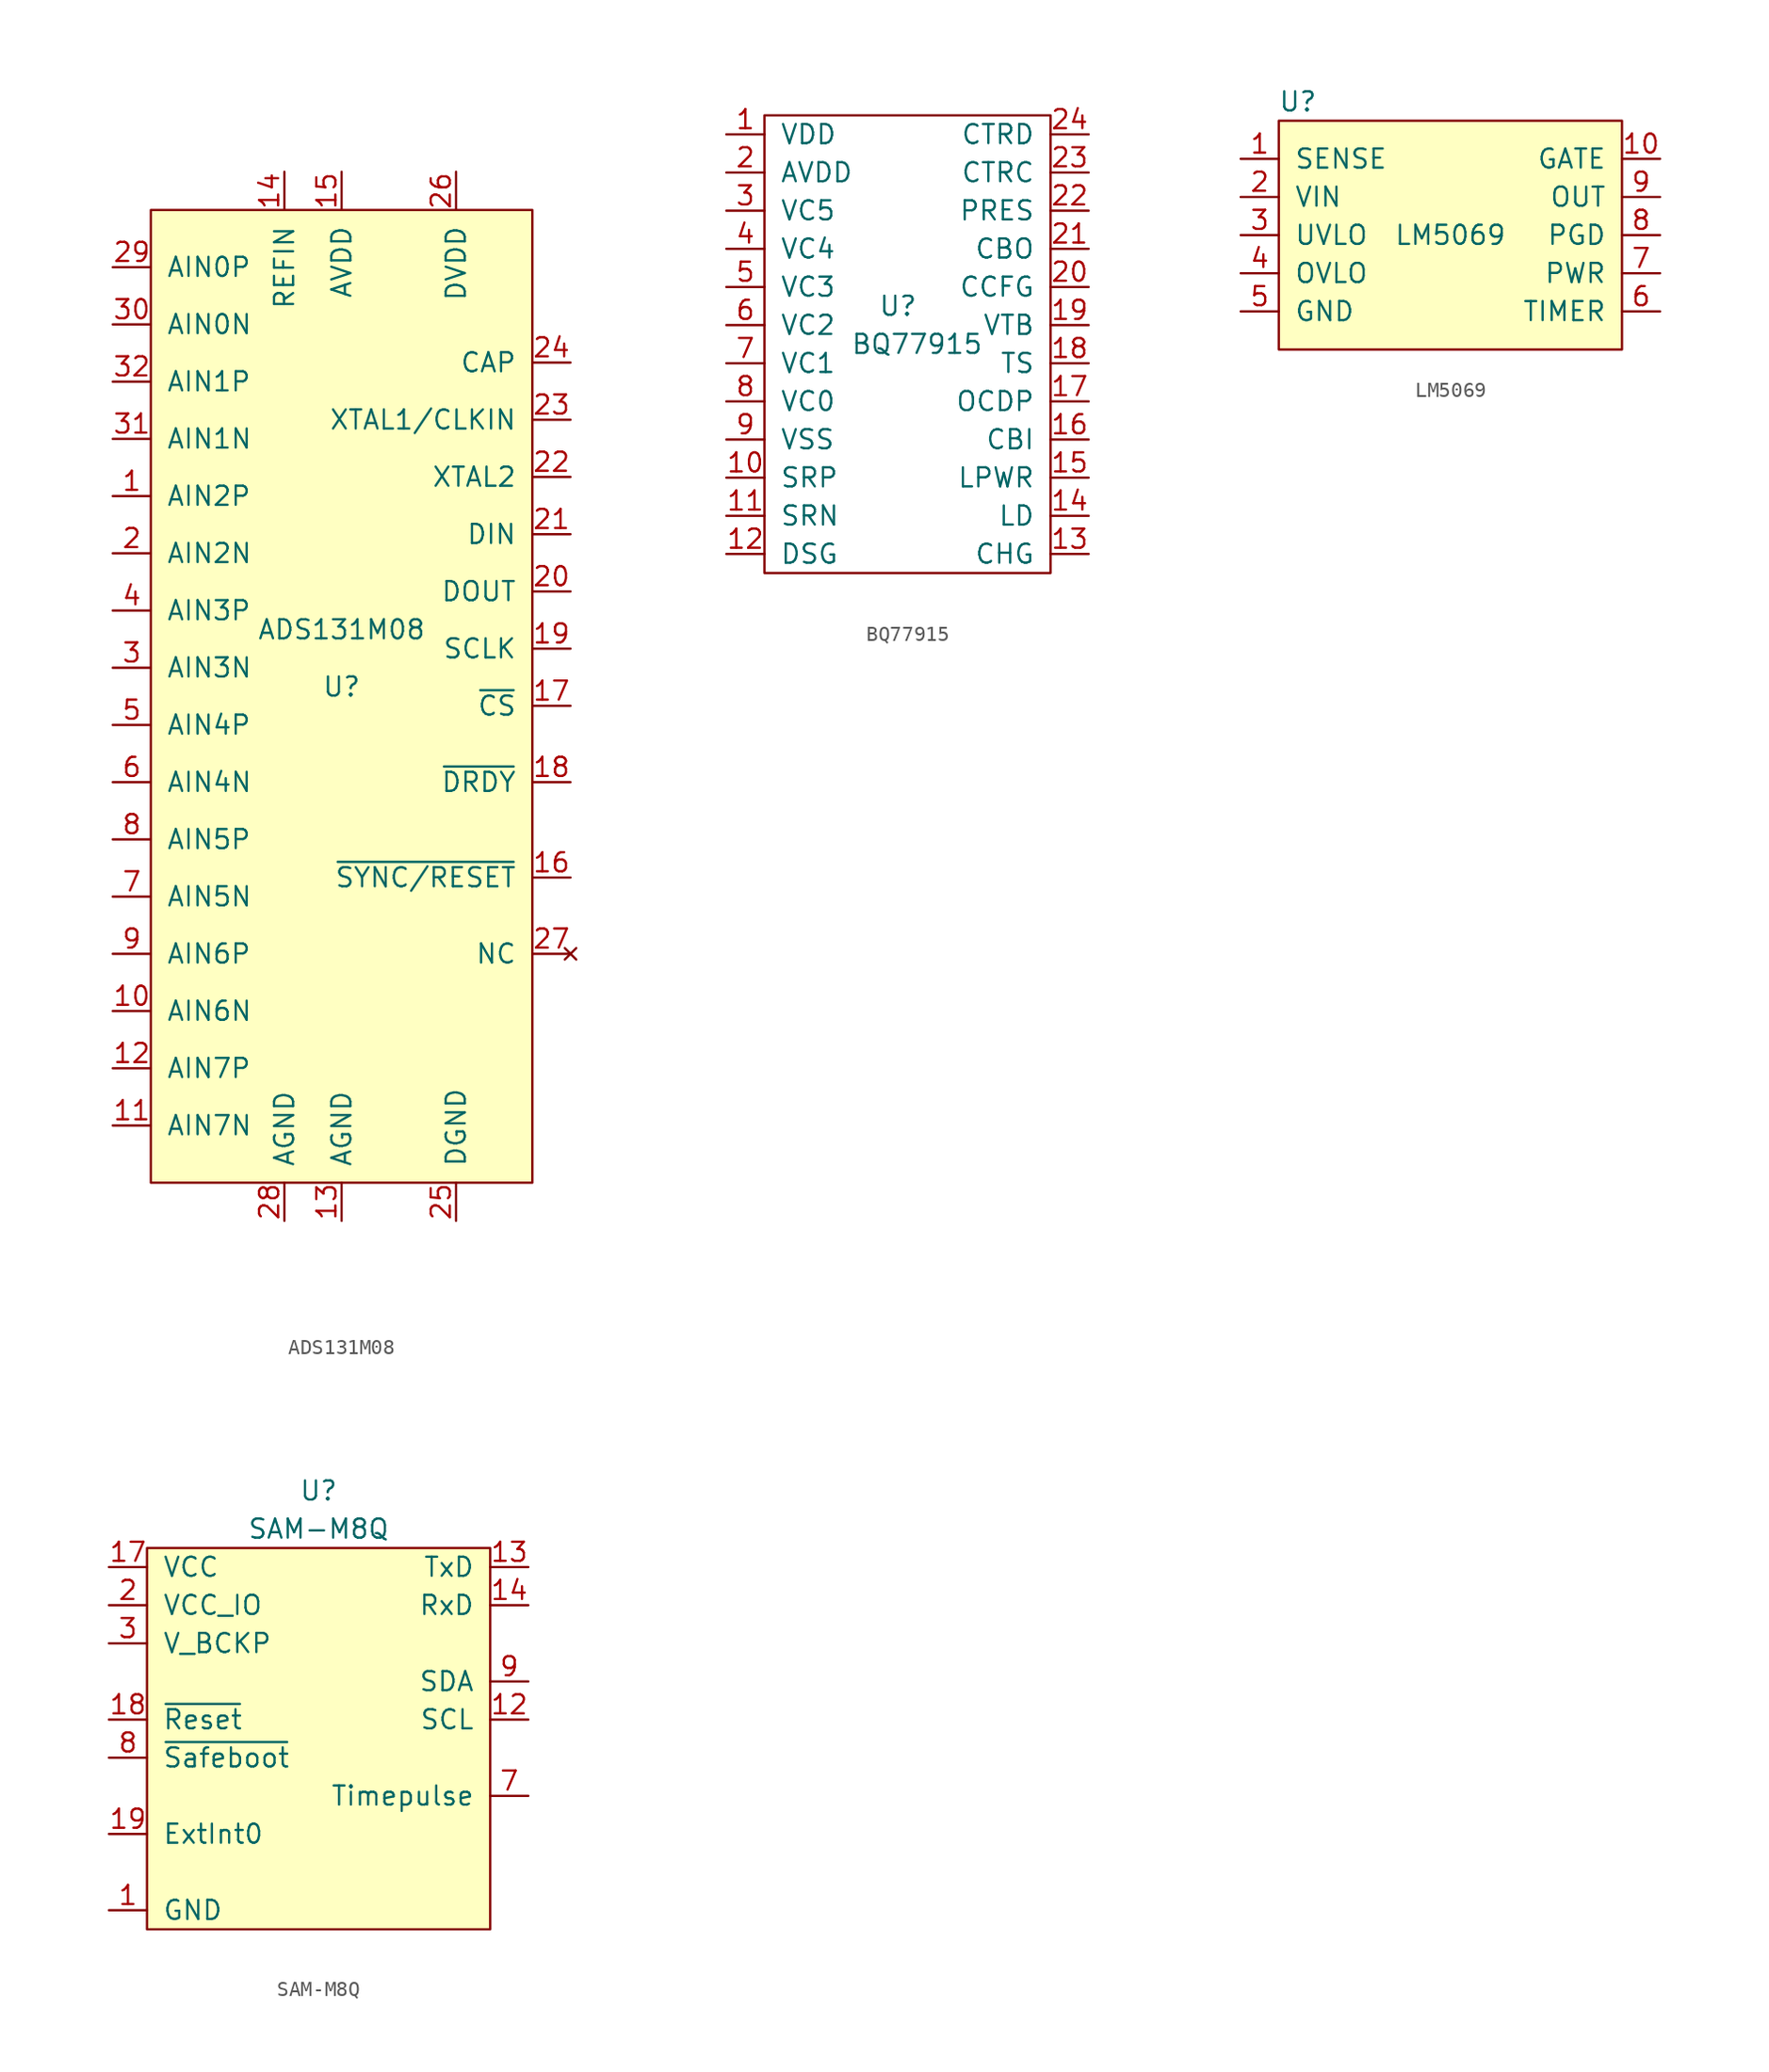
<source format=kicad_sym>
(kicad_symbol_lib
  (version 20220914)
  (generator kicad_symbol_editor)
  (symbol "ADS131M08"
    (pin_names
      (offset 1.016))
    (property "Reference" "U"
      (at 0 0 0)
      (effects (font (size 1.27 1.27))))
    (property "Value" "ADS131M08"
      (at 0 3.81 0)
      (effects (font (size 1.27 1.27))))
    (symbol "ADS131M08_0_1"
      (rectangle (start 12.7 31.75) (end -12.7 -33.02) (stroke (width 0) (type default)) (fill (type background))))
    (symbol "ADS131M08_1_1"
      (pin input line (at -15.24 12.7 0) (length 2.54) (name "AIN2P" (effects (font (size 1.27 1.27)))) (number "1" (effects (font (size 1.27 1.27)))))
      (pin input line (at -15.24 -21.59 0) (length 2.54) (name "AIN6N" (effects (font (size 1.27 1.27)))) (number "10" (effects (font (size 1.27 1.27)))))
      (pin input line (at -15.24 -29.21 0) (length 2.54) (name "AIN7N" (effects (font (size 1.27 1.27)))) (number "11" (effects (font (size 1.27 1.27)))))
      (pin input line (at -15.24 -25.4 0) (length 2.54) (name "AIN7P" (effects (font (size 1.27 1.27)))) (number "12" (effects (font (size 1.27 1.27)))))
      (pin power_in line (at 0 -35.56 90) (length 2.54) (name "AGND" (effects (font (size 1.27 1.27)))) (number "13" (effects (font (size 1.27 1.27)))))
      (pin input line (at -3.81 34.29 270) (length 2.54) (name "REFIN" (effects (font (size 1.27 1.27)))) (number "14" (effects (font (size 1.27 1.27)))))
      (pin power_in line (at 0 34.29 270) (length 2.54) (name "AVDD" (effects (font (size 1.27 1.27)))) (number "15" (effects (font (size 1.27 1.27)))))
      (pin input line (at 15.24 -12.7 180) (length 2.54) (name "~{SYNC/RESET}" (effects (font (size 1.27 1.27)))) (number "16" (effects (font (size 1.27 1.27)))))
      (pin input line (at 15.24 -1.27 180) (length 2.54) (name "~{CS}" (effects (font (size 1.27 1.27)))) (number "17" (effects (font (size 1.27 1.27)))))
      (pin open_collector line (at 15.24 -6.35 180) (length 2.54) (name "~{DRDY}" (effects (font (size 1.27 1.27)))) (number "18" (effects (font (size 1.27 1.27)))))
      (pin input line (at 15.24 2.54 180) (length 2.54) (name "SCLK" (effects (font (size 1.27 1.27)))) (number "19" (effects (font (size 1.27 1.27)))))
      (pin input line (at -15.24 8.89 0) (length 2.54) (name "AIN2N" (effects (font (size 1.27 1.27)))) (number "2" (effects (font (size 1.27 1.27)))))
      (pin output line (at 15.24 6.35 180) (length 2.54) (name "DOUT" (effects (font (size 1.27 1.27)))) (number "20" (effects (font (size 1.27 1.27)))))
      (pin input line (at 15.24 10.16 180) (length 2.54) (name "DIN" (effects (font (size 1.27 1.27)))) (number "21" (effects (font (size 1.27 1.27)))))
      (pin output line (at 15.24 13.97 180) (length 2.54) (name "XTAL2" (effects (font (size 1.27 1.27)))) (number "22" (effects (font (size 1.27 1.27)))))
      (pin input line (at 15.24 17.78 180) (length 2.54) (name "XTAL1/CLKIN" (effects (font (size 1.27 1.27)))) (number "23" (effects (font (size 1.27 1.27)))))
      (pin output line (at 15.24 21.59 180) (length 2.54) (name "CAP" (effects (font (size 1.27 1.27)))) (number "24" (effects (font (size 1.27 1.27)))))
      (pin power_in line (at 7.62 -35.56 90) (length 2.54) (name "DGND" (effects (font (size 1.27 1.27)))) (number "25" (effects (font (size 1.27 1.27)))))
      (pin power_in line (at 7.62 34.29 270) (length 2.54) (name "DVDD" (effects (font (size 1.27 1.27)))) (number "26" (effects (font (size 1.27 1.27)))))
      (pin no_connect line (at 15.24 -17.78 180) (length 2.54) (name "NC" (effects (font (size 1.27 1.27)))) (number "27" (effects (font (size 1.27 1.27)))))
      (pin power_in line (at -3.81 -35.56 90) (length 2.54) (name "AGND" (effects (font (size 1.27 1.27)))) (number "28" (effects (font (size 1.27 1.27)))))
      (pin input line (at -15.24 27.94 0) (length 2.54) (name "AIN0P" (effects (font (size 1.27 1.27)))) (number "29" (effects (font (size 1.27 1.27)))))
      (pin input line (at -15.24 1.27 0) (length 2.54) (name "AIN3N" (effects (font (size 1.27 1.27)))) (number "3" (effects (font (size 1.27 1.27)))))
      (pin input line (at -15.24 24.13 0) (length 2.54) (name "AIN0N" (effects (font (size 1.27 1.27)))) (number "30" (effects (font (size 1.27 1.27)))))
      (pin input line (at -15.24 16.51 0) (length 2.54) (name "AIN1N" (effects (font (size 1.27 1.27)))) (number "31" (effects (font (size 1.27 1.27)))))
      (pin input line (at -15.24 20.32 0) (length 2.54) (name "AIN1P" (effects (font (size 1.27 1.27)))) (number "32" (effects (font (size 1.27 1.27)))))
      (pin input line (at -15.24 5.08 0) (length 2.54) (name "AIN3P" (effects (font (size 1.27 1.27)))) (number "4" (effects (font (size 1.27 1.27)))))
      (pin input line (at -15.24 -2.54 0) (length 2.54) (name "AIN4P" (effects (font (size 1.27 1.27)))) (number "5" (effects (font (size 1.27 1.27)))))
      (pin input line (at -15.24 -6.35 0) (length 2.54) (name "AIN4N" (effects (font (size 1.27 1.27)))) (number "6" (effects (font (size 1.27 1.27)))))
      (pin input line (at -15.24 -13.97 0) (length 2.54) (name "AIN5N" (effects (font (size 1.27 1.27)))) (number "7" (effects (font (size 1.27 1.27)))))
      (pin input line (at -15.24 -10.16 0) (length 2.54) (name "AIN5P" (effects (font (size 1.27 1.27)))) (number "8" (effects (font (size 1.27 1.27)))))
      (pin input line (at -15.24 -17.78 0) (length 2.54) (name "AIN6P" (effects (font (size 1.27 1.27)))) (number "9" (effects (font (size 1.27 1.27)))))))
  (symbol "BQ77915"
    (pin_names
      (offset 1.016))
    (property "Reference" "U"
      (at 0 2.54 0)
      (effects (font (size 1.27 1.27))))
    (property "Value" "BQ77915"
      (at 1.27 0 0)
      (effects (font (size 1.27 1.27))))
    (symbol "BQ77915_0_1"
      (rectangle (start -8.89 15.24) (end 10.16 -15.24) (stroke (width 0) (type default)) (fill (type none))))
    (symbol "BQ77915_1_1"
      (pin power_in line (at -11.43 13.97 0) (length 2.54) (name "VDD" (effects (font (size 1.27 1.27)))) (number "1" (effects (font (size 1.27 1.27)))))
      (pin input line (at -11.43 -8.89 0) (length 2.54) (name "SRP" (effects (font (size 1.27 1.27)))) (number "10" (effects (font (size 1.27 1.27)))))
      (pin input line (at -11.43 -11.43 0) (length 2.54) (name "SRN" (effects (font (size 1.27 1.27)))) (number "11" (effects (font (size 1.27 1.27)))))
      (pin output line (at -11.43 -13.97 0) (length 2.54) (name "DSG" (effects (font (size 1.27 1.27)))) (number "12" (effects (font (size 1.27 1.27)))))
      (pin output line (at 12.7 -13.97 180) (length 2.54) (name "CHG" (effects (font (size 1.27 1.27)))) (number "13" (effects (font (size 1.27 1.27)))))
      (pin input line (at 12.7 -11.43 180) (length 2.54) (name "LD" (effects (font (size 1.27 1.27)))) (number "14" (effects (font (size 1.27 1.27)))))
      (pin output line (at 12.7 -8.89 180) (length 2.54) (name "LPWR" (effects (font (size 1.27 1.27)))) (number "15" (effects (font (size 1.27 1.27)))))
      (pin input line (at 12.7 -6.35 180) (length 2.54) (name "CBI" (effects (font (size 1.27 1.27)))) (number "16" (effects (font (size 1.27 1.27)))))
      (pin input line (at 12.7 -3.81 180) (length 2.54) (name "OCDP" (effects (font (size 1.27 1.27)))) (number "17" (effects (font (size 1.27 1.27)))))
      (pin input line (at 12.7 -1.27 180) (length 2.54) (name "TS" (effects (font (size 1.27 1.27)))) (number "18" (effects (font (size 1.27 1.27)))))
      (pin output line (at 12.7 1.27 180) (length 2.54) (name "VTB" (effects (font (size 1.27 1.27)))) (number "19" (effects (font (size 1.27 1.27)))))
      (pin output line (at -11.43 11.43 0) (length 2.54) (name "AVDD" (effects (font (size 1.27 1.27)))) (number "2" (effects (font (size 1.27 1.27)))))
      (pin input line (at 12.7 3.81 180) (length 2.54) (name "CCFG" (effects (font (size 1.27 1.27)))) (number "20" (effects (font (size 1.27 1.27)))))
      (pin output line (at 12.7 6.35 180) (length 2.54) (name "CBO" (effects (font (size 1.27 1.27)))) (number "21" (effects (font (size 1.27 1.27)))))
      (pin input line (at 12.7 8.89 180) (length 2.54) (name "PRES" (effects (font (size 1.27 1.27)))) (number "22" (effects (font (size 1.27 1.27)))))
      (pin input line (at 12.7 11.43 180) (length 2.54) (name "CTRC" (effects (font (size 1.27 1.27)))) (number "23" (effects (font (size 1.27 1.27)))))
      (pin input line (at 12.7 13.97 180) (length 2.54) (name "CTRD" (effects (font (size 1.27 1.27)))) (number "24" (effects (font (size 1.27 1.27)))))
      (pin input line (at -11.43 8.89 0) (length 2.54) (name "VC5" (effects (font (size 1.27 1.27)))) (number "3" (effects (font (size 1.27 1.27)))))
      (pin input line (at -11.43 6.35 0) (length 2.54) (name "VC4" (effects (font (size 1.27 1.27)))) (number "4" (effects (font (size 1.27 1.27)))))
      (pin input line (at -11.43 3.81 0) (length 2.54) (name "VC3" (effects (font (size 1.27 1.27)))) (number "5" (effects (font (size 1.27 1.27)))))
      (pin input line (at -11.43 1.27 0) (length 2.54) (name "VC2" (effects (font (size 1.27 1.27)))) (number "6" (effects (font (size 1.27 1.27)))))
      (pin input line (at -11.43 -1.27 0) (length 2.54) (name "VC1" (effects (font (size 1.27 1.27)))) (number "7" (effects (font (size 1.27 1.27)))))
      (pin input line (at -11.43 -3.81 0) (length 2.54) (name "VC0" (effects (font (size 1.27 1.27)))) (number "8" (effects (font (size 1.27 1.27)))))
      (pin power_out line (at -11.43 -6.35 0) (length 2.54) (name "VSS" (effects (font (size 1.27 1.27)))) (number "9" (effects (font (size 1.27 1.27)))))))
  (symbol "LM5069"
    (pin_names
      (offset 1.016))
    (property "Reference" "U"
      (at -10.16 8.89 0)
      (effects (font (size 1.27 1.27))))
    (property "Value" "LM5069"
      (at 0 0 0)
      (effects (font (size 1.27 1.27))))
    (symbol "LM5069_0_1"
      (rectangle (start 11.43 7.62) (end -11.43 -7.62) (stroke (width 0) (type default)) (fill (type background))))
    (symbol "LM5069_1_1"
      (pin input line (at -13.97 5.08 0) (length 2.54) (name "SENSE" (effects (font (size 1.27 1.27)))) (number "1" (effects (font (size 1.27 1.27)))))
      (pin output line (at 13.97 5.08 180) (length 2.54) (name "GATE" (effects (font (size 1.27 1.27)))) (number "10" (effects (font (size 1.27 1.27)))))
      (pin power_in line (at -13.97 2.54 0) (length 2.54) (name "VIN" (effects (font (size 1.27 1.27)))) (number "2" (effects (font (size 1.27 1.27)))))
      (pin input line (at -13.97 0 0) (length 2.54) (name "UVLO" (effects (font (size 1.27 1.27)))) (number "3" (effects (font (size 1.27 1.27)))))
      (pin input line (at -13.97 -2.54 0) (length 2.54) (name "OVLO" (effects (font (size 1.27 1.27)))) (number "4" (effects (font (size 1.27 1.27)))))
      (pin power_in line (at -13.97 -5.08 0) (length 2.54) (name "GND" (effects (font (size 1.27 1.27)))) (number "5" (effects (font (size 1.27 1.27)))))
      (pin bidirectional line (at 13.97 -5.08 180) (length 2.54) (name "TIMER" (effects (font (size 1.27 1.27)))) (number "6" (effects (font (size 1.27 1.27)))))
      (pin input line (at 13.97 -2.54 180) (length 2.54) (name "PWR" (effects (font (size 1.27 1.27)))) (number "7" (effects (font (size 1.27 1.27)))))
      (pin output line (at 13.97 0 180) (length 2.54) (name "PGD" (effects (font (size 1.27 1.27)))) (number "8" (effects (font (size 1.27 1.27)))))
      (pin input line (at 13.97 2.54 180) (length 2.54) (name "OUT" (effects (font (size 1.27 1.27)))) (number "9" (effects (font (size 1.27 1.27)))))))
  (symbol "SAM-M8Q"
    (pin_names
      (offset 1.016))
    (property "Reference" "U"
      (at 0 16.51 0)
      (effects (font (size 1.27 1.27))))
    (property "Value" "SAM-M8Q"
      (at 0 13.97 0)
      (effects (font (size 1.27 1.27))))
    (symbol "SAM-M8Q_0_1"
      (rectangle (start -11.43 12.7) (end 11.43 -12.7) (stroke (width 0) (type default)) (fill (type background))))
    (symbol "SAM-M8Q_1_1"
      (pin power_in line (at -13.97 -11.43 0) (length 2.54) (name "GND" (effects (font (size 1.27 1.27)))) (number "1" (effects (font (size 1.27 1.27)))))
      (pin power_in line (at -13.97 -11.43 0) (length 2.54) hide (name "GND" (effects (font (size 1.27 1.27)))) (number "10" (effects (font (size 1.27 1.27)))))
      (pin power_in line (at -13.97 -11.43 0) (length 2.54) hide (name "GND" (effects (font (size 1.27 1.27)))) (number "11" (effects (font (size 1.27 1.27)))))
      (pin input line (at 13.97 1.27 180) (length 2.54) (name "SCL" (effects (font (size 1.27 1.27)))) (number "12" (effects (font (size 1.27 1.27)))))
      (pin output line (at 13.97 11.43 180) (length 2.54) (name "TxD" (effects (font (size 1.27 1.27)))) (number "13" (effects (font (size 1.27 1.27)))))
      (pin input line (at 13.97 8.89 180) (length 2.54) (name "RxD" (effects (font (size 1.27 1.27)))) (number "14" (effects (font (size 1.27 1.27)))))
      (pin power_in line (at -13.97 -11.43 0) (length 2.54) hide (name "GND" (effects (font (size 1.27 1.27)))) (number "15" (effects (font (size 1.27 1.27)))))
      (pin power_in line (at -13.97 -11.43 0) (length 2.54) hide (name "GND" (effects (font (size 1.27 1.27)))) (number "16" (effects (font (size 1.27 1.27)))))
      (pin power_in line (at -13.97 11.43 0) (length 2.54) (name "VCC" (effects (font (size 1.27 1.27)))) (number "17" (effects (font (size 1.27 1.27)))))
      (pin input line (at -13.97 1.27 0) (length 2.54) (name "~{Reset}" (effects (font (size 1.27 1.27)))) (number "18" (effects (font (size 1.27 1.27)))))
      (pin input line (at -13.97 -6.35 0) (length 2.54) (name "ExtInt0" (effects (font (size 1.27 1.27)))) (number "19" (effects (font (size 1.27 1.27)))))
      (pin power_in line (at -13.97 8.89 0) (length 2.54) (name "VCC_IO" (effects (font (size 1.27 1.27)))) (number "2" (effects (font (size 1.27 1.27)))))
      (pin power_in line (at -13.97 -11.43 0) (length 2.54) hide (name "GND" (effects (font (size 1.27 1.27)))) (number "20" (effects (font (size 1.27 1.27)))))
      (pin power_in line (at -13.97 6.35 0) (length 2.54) (name "V_BCKP" (effects (font (size 1.27 1.27)))) (number "3" (effects (font (size 1.27 1.27)))))
      (pin power_in line (at -13.97 -11.43 0) (length 2.54) hide (name "GND" (effects (font (size 1.27 1.27)))) (number "4" (effects (font (size 1.27 1.27)))))
      (pin power_in line (at -13.97 -11.43 0) (length 2.54) hide (name "GND" (effects (font (size 1.27 1.27)))) (number "5" (effects (font (size 1.27 1.27)))))
      (pin power_in line (at -13.97 -11.43 0) (length 2.54) hide (name "GND" (effects (font (size 1.27 1.27)))) (number "6" (effects (font (size 1.27 1.27)))))
      (pin output line (at 13.97 -3.81 180) (length 2.54) (name "Timepulse" (effects (font (size 1.27 1.27)))) (number "7" (effects (font (size 1.27 1.27)))))
      (pin input line (at -13.97 -1.27 0) (length 2.54) (name "~{Safeboot}" (effects (font (size 1.27 1.27)))) (number "8" (effects (font (size 1.27 1.27)))))
      (pin bidirectional line (at 13.97 3.81 180) (length 2.54) (name "SDA" (effects (font (size 1.27 1.27)))) (number "9" (effects (font (size 1.27 1.27))))))))
</source>
